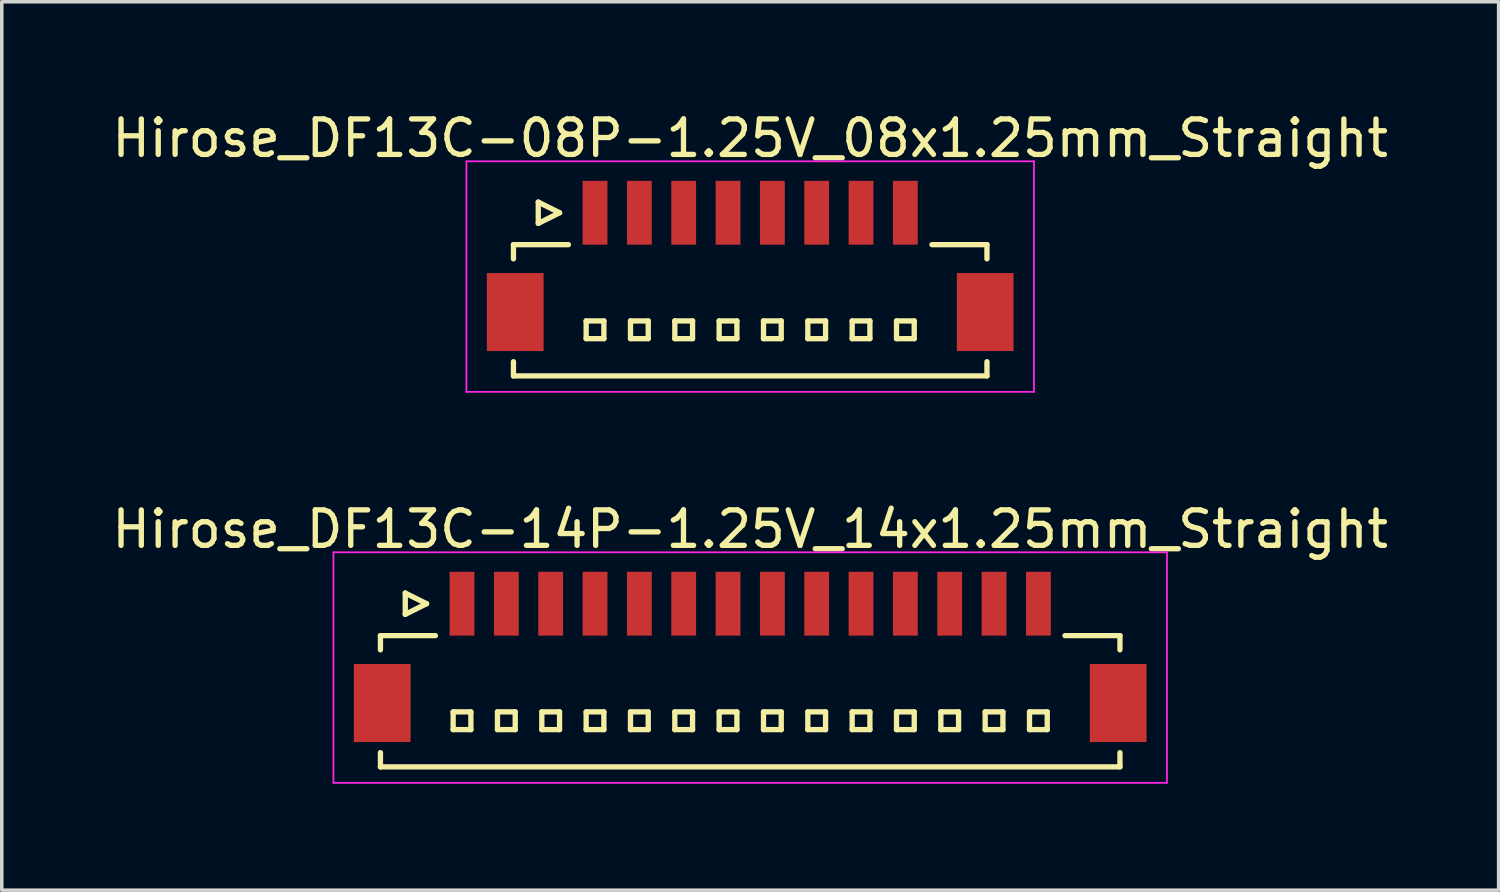
<source format=kicad_pcb>
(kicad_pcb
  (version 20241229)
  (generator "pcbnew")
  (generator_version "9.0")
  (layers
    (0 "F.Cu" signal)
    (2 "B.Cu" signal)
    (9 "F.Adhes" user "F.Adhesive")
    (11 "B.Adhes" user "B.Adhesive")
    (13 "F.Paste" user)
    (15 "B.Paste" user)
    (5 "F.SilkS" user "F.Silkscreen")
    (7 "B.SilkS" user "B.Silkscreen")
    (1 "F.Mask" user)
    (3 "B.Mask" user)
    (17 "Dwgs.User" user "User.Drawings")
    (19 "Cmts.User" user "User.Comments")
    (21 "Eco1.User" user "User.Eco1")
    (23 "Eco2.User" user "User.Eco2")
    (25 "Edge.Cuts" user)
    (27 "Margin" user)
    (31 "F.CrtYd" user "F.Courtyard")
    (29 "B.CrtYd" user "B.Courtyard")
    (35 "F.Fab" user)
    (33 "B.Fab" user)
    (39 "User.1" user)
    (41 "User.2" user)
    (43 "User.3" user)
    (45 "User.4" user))
  (footprint "Hirose_DF13C-08P-1.25V_08x1.25mm_Straight"
    (layer "F.Cu")
    (at 18.101 4.348)
    (property "Reference" "Hirose_DF13C-08P-1.25V_08x1.25mm_Straight" (at 0 -3.5 0) (layer "F.SilkS") (effects (font (size 1 1) (thickness 0.15))))
    (attr smd)
    (fp_line (start -6.675 -0.5) (end -6.675 -0.1) (stroke (width 0.15) (type solid)) (layer "F.SilkS"))
    (fp_line (start -6.675 -0.5) (end -5.125 -0.5) (stroke (width 0.15) (type solid)) (layer "F.SilkS"))
    (fp_line (start -6.675 3.2) (end -6.675 2.8) (stroke (width 0.15) (type solid)) (layer "F.SilkS"))
    (fp_line (start -6.675 3.2) (end 6.675 3.2) (stroke (width 0.15) (type solid)) (layer "F.SilkS"))
    (fp_line (start -5.975 -1.7) (end -5.975 -1.1) (stroke (width 0.15) (type solid)) (layer "F.SilkS"))
    (fp_line (start -5.975 -1.1) (end -5.375 -1.4) (stroke (width 0.15) (type solid)) (layer "F.SilkS"))
    (fp_line (start -5.375 -1.4) (end -5.975 -1.7) (stroke (width 0.15) (type solid)) (layer "F.SilkS"))
    (fp_line (start -4.625 1.65) (end -4.625 2.15) (stroke (width 0.15) (type solid)) (layer "F.SilkS"))
    (fp_line (start -4.625 2.15) (end -4.125 2.15) (stroke (width 0.15) (type solid)) (layer "F.SilkS"))
    (fp_line (start -4.125 1.65) (end -4.625 1.65) (stroke (width 0.15) (type solid)) (layer "F.SilkS"))
    (fp_line (start -4.125 2.15) (end -4.125 1.65) (stroke (width 0.15) (type solid)) (layer "F.SilkS"))
    (fp_line (start -3.375 1.65) (end -3.375 2.15) (stroke (width 0.15) (type solid)) (layer "F.SilkS"))
    (fp_line (start -3.375 2.15) (end -2.875 2.15) (stroke (width 0.15) (type solid)) (layer "F.SilkS"))
    (fp_line (start -2.875 1.65) (end -3.375 1.65) (stroke (width 0.15) (type solid)) (layer "F.SilkS"))
    (fp_line (start -2.875 2.15) (end -2.875 1.65) (stroke (width 0.15) (type solid)) (layer "F.SilkS"))
    (fp_line (start -2.125 1.65) (end -2.125 2.15) (stroke (width 0.15) (type solid)) (layer "F.SilkS"))
    (fp_line (start -2.125 2.15) (end -1.625 2.15) (stroke (width 0.15) (type solid)) (layer "F.SilkS"))
    (fp_line (start -1.625 1.65) (end -2.125 1.65) (stroke (width 0.15) (type solid)) (layer "F.SilkS"))
    (fp_line (start -1.625 2.15) (end -1.625 1.65) (stroke (width 0.15) (type solid)) (layer "F.SilkS"))
    (fp_line (start -0.875 1.65) (end -0.875 2.15) (stroke (width 0.15) (type solid)) (layer "F.SilkS"))
    (fp_line (start -0.875 2.15) (end -0.375 2.15) (stroke (width 0.15) (type solid)) (layer "F.SilkS"))
    (fp_line (start -0.375 1.65) (end -0.875 1.65) (stroke (width 0.15) (type solid)) (layer "F.SilkS"))
    (fp_line (start -0.375 2.15) (end -0.375 1.65) (stroke (width 0.15) (type solid)) (layer "F.SilkS"))
    (fp_line (start 0.375 1.65) (end 0.375 2.15) (stroke (width 0.15) (type solid)) (layer "F.SilkS"))
    (fp_line (start 0.375 2.15) (end 0.875 2.15) (stroke (width 0.15) (type solid)) (layer "F.SilkS"))
    (fp_line (start 0.875 1.65) (end 0.375 1.65) (stroke (width 0.15) (type solid)) (layer "F.SilkS"))
    (fp_line (start 0.875 2.15) (end 0.875 1.65) (stroke (width 0.15) (type solid)) (layer "F.SilkS"))
    (fp_line (start 1.625 1.65) (end 1.625 2.15) (stroke (width 0.15) (type solid)) (layer "F.SilkS"))
    (fp_line (start 1.625 2.15) (end 2.125 2.15) (stroke (width 0.15) (type solid)) (layer "F.SilkS"))
    (fp_line (start 2.125 1.65) (end 1.625 1.65) (stroke (width 0.15) (type solid)) (layer "F.SilkS"))
    (fp_line (start 2.125 2.15) (end 2.125 1.65) (stroke (width 0.15) (type solid)) (layer "F.SilkS"))
    (fp_line (start 2.875 1.65) (end 2.875 2.15) (stroke (width 0.15) (type solid)) (layer "F.SilkS"))
    (fp_line (start 2.875 2.15) (end 3.375 2.15) (stroke (width 0.15) (type solid)) (layer "F.SilkS"))
    (fp_line (start 3.375 1.65) (end 2.875 1.65) (stroke (width 0.15) (type solid)) (layer "F.SilkS"))
    (fp_line (start 3.375 2.15) (end 3.375 1.65) (stroke (width 0.15) (type solid)) (layer "F.SilkS"))
    (fp_line (start 4.125 1.65) (end 4.125 2.15) (stroke (width 0.15) (type solid)) (layer "F.SilkS"))
    (fp_line (start 4.125 2.15) (end 4.625 2.15) (stroke (width 0.15) (type solid)) (layer "F.SilkS"))
    (fp_line (start 4.625 1.65) (end 4.125 1.65) (stroke (width 0.15) (type solid)) (layer "F.SilkS"))
    (fp_line (start 4.625 2.15) (end 4.625 1.65) (stroke (width 0.15) (type solid)) (layer "F.SilkS"))
    (fp_line (start 6.675 -0.5) (end 5.125 -0.5) (stroke (width 0.15) (type solid)) (layer "F.SilkS"))
    (fp_line (start 6.675 -0.5) (end 6.675 -0.1) (stroke (width 0.15) (type solid)) (layer "F.SilkS"))
    (fp_line (start 6.675 3.2) (end 6.675 2.8) (stroke (width 0.15) (type solid)) (layer "F.SilkS"))
    (fp_line (start -8 -2.85) (end -8 3.65) (stroke (width 0.05) (type solid)) (layer "F.CrtYd"))
    (fp_line (start -8 3.65) (end 8 3.65) (stroke (width 0.05) (type solid)) (layer "F.CrtYd"))
    (fp_line (start 8 -2.85) (end -8 -2.85) (stroke (width 0.05) (type solid)) (layer "F.CrtYd"))
    (fp_line (start 8 3.65) (end 8 -2.85) (stroke (width 0.05) (type solid)) (layer "F.CrtYd"))
    (pad "" smd rect (at -6.625 1.4) (size 1.6 2.2) (layers "F.Cu" "F.Mask" "F.Paste"))
    (pad "" smd rect (at 6.625 1.4) (size 1.6 2.2) (layers "F.Cu" "F.Mask" "F.Paste"))
    (pad "1" smd rect (at -4.375 -1.4) (size 0.7 1.8) (layers "F.Cu" "F.Mask" "F.Paste"))
    (pad "2" smd rect (at -3.125 -1.4) (size 0.7 1.8) (layers "F.Cu" "F.Mask" "F.Paste"))
    (pad "3" smd rect (at -1.875 -1.4) (size 0.7 1.8) (layers "F.Cu" "F.Mask" "F.Paste"))
    (pad "4" smd rect (at -0.625 -1.4) (size 0.7 1.8) (layers "F.Cu" "F.Mask" "F.Paste"))
    (pad "5" smd rect (at 0.625 -1.4) (size 0.7 1.8) (layers "F.Cu" "F.Mask" "F.Paste"))
    (pad "6" smd rect (at 1.875 -1.4) (size 0.7 1.8) (layers "F.Cu" "F.Mask" "F.Paste"))
    (pad "7" smd rect (at 3.125 -1.4) (size 0.7 1.8) (layers "F.Cu" "F.Mask" "F.Paste"))
    (pad "8" smd rect (at 4.375 -1.4) (size 0.7 1.8) (layers "F.Cu" "F.Mask" "F.Paste")))
  (footprint "Hirose_DF13C-14P-1.25V_14x1.25mm_Straight"
    (layer "F.Cu")
    (at 18.101 15.371)
    (property "Reference" "Hirose_DF13C-14P-1.25V_14x1.25mm_Straight" (at 0 -3.5 0) (layer "F.SilkS") (effects (font (size 1 1) (thickness 0.15))))
    (attr smd)
    (fp_line (start -10.425 -0.5) (end -10.425 -0.1) (stroke (width 0.15) (type solid)) (layer "F.SilkS"))
    (fp_line (start -10.425 -0.5) (end -8.875 -0.5) (stroke (width 0.15) (type solid)) (layer "F.SilkS"))
    (fp_line (start -10.425 3.2) (end -10.425 2.8) (stroke (width 0.15) (type solid)) (layer "F.SilkS"))
    (fp_line (start -10.425 3.2) (end 10.425 3.2) (stroke (width 0.15) (type solid)) (layer "F.SilkS"))
    (fp_line (start -9.725 -1.7) (end -9.725 -1.1) (stroke (width 0.15) (type solid)) (layer "F.SilkS"))
    (fp_line (start -9.725 -1.1) (end -9.125 -1.4) (stroke (width 0.15) (type solid)) (layer "F.SilkS"))
    (fp_line (start -9.125 -1.4) (end -9.725 -1.7) (stroke (width 0.15) (type solid)) (layer "F.SilkS"))
    (fp_line (start -8.375 1.65) (end -8.375 2.15) (stroke (width 0.15) (type solid)) (layer "F.SilkS"))
    (fp_line (start -8.375 2.15) (end -7.875 2.15) (stroke (width 0.15) (type solid)) (layer "F.SilkS"))
    (fp_line (start -7.875 1.65) (end -8.375 1.65) (stroke (width 0.15) (type solid)) (layer "F.SilkS"))
    (fp_line (start -7.875 2.15) (end -7.875 1.65) (stroke (width 0.15) (type solid)) (layer "F.SilkS"))
    (fp_line (start -7.125 1.65) (end -7.125 2.15) (stroke (width 0.15) (type solid)) (layer "F.SilkS"))
    (fp_line (start -7.125 2.15) (end -6.625 2.15) (stroke (width 0.15) (type solid)) (layer "F.SilkS"))
    (fp_line (start -6.625 1.65) (end -7.125 1.65) (stroke (width 0.15) (type solid)) (layer "F.SilkS"))
    (fp_line (start -6.625 2.15) (end -6.625 1.65) (stroke (width 0.15) (type solid)) (layer "F.SilkS"))
    (fp_line (start -5.875 1.65) (end -5.875 2.15) (stroke (width 0.15) (type solid)) (layer "F.SilkS"))
    (fp_line (start -5.875 2.15) (end -5.375 2.15) (stroke (width 0.15) (type solid)) (layer "F.SilkS"))
    (fp_line (start -5.375 1.65) (end -5.875 1.65) (stroke (width 0.15) (type solid)) (layer "F.SilkS"))
    (fp_line (start -5.375 2.15) (end -5.375 1.65) (stroke (width 0.15) (type solid)) (layer "F.SilkS"))
    (fp_line (start -4.625 1.65) (end -4.625 2.15) (stroke (width 0.15) (type solid)) (layer "F.SilkS"))
    (fp_line (start -4.625 2.15) (end -4.125 2.15) (stroke (width 0.15) (type solid)) (layer "F.SilkS"))
    (fp_line (start -4.125 1.65) (end -4.625 1.65) (stroke (width 0.15) (type solid)) (layer "F.SilkS"))
    (fp_line (start -4.125 2.15) (end -4.125 1.65) (stroke (width 0.15) (type solid)) (layer "F.SilkS"))
    (fp_line (start -3.375 1.65) (end -3.375 2.15) (stroke (width 0.15) (type solid)) (layer "F.SilkS"))
    (fp_line (start -3.375 2.15) (end -2.875 2.15) (stroke (width 0.15) (type solid)) (layer "F.SilkS"))
    (fp_line (start -2.875 1.65) (end -3.375 1.65) (stroke (width 0.15) (type solid)) (layer "F.SilkS"))
    (fp_line (start -2.875 2.15) (end -2.875 1.65) (stroke (width 0.15) (type solid)) (layer "F.SilkS"))
    (fp_line (start -2.125 1.65) (end -2.125 2.15) (stroke (width 0.15) (type solid)) (layer "F.SilkS"))
    (fp_line (start -2.125 2.15) (end -1.625 2.15) (stroke (width 0.15) (type solid)) (layer "F.SilkS"))
    (fp_line (start -1.625 1.65) (end -2.125 1.65) (stroke (width 0.15) (type solid)) (layer "F.SilkS"))
    (fp_line (start -1.625 2.15) (end -1.625 1.65) (stroke (width 0.15) (type solid)) (layer "F.SilkS"))
    (fp_line (start -0.875 1.65) (end -0.875 2.15) (stroke (width 0.15) (type solid)) (layer "F.SilkS"))
    (fp_line (start -0.875 2.15) (end -0.375 2.15) (stroke (width 0.15) (type solid)) (layer "F.SilkS"))
    (fp_line (start -0.375 1.65) (end -0.875 1.65) (stroke (width 0.15) (type solid)) (layer "F.SilkS"))
    (fp_line (start -0.375 2.15) (end -0.375 1.65) (stroke (width 0.15) (type solid)) (layer "F.SilkS"))
    (fp_line (start 0.375 1.65) (end 0.375 2.15) (stroke (width 0.15) (type solid)) (layer "F.SilkS"))
    (fp_line (start 0.375 2.15) (end 0.875 2.15) (stroke (width 0.15) (type solid)) (layer "F.SilkS"))
    (fp_line (start 0.875 1.65) (end 0.375 1.65) (stroke (width 0.15) (type solid)) (layer "F.SilkS"))
    (fp_line (start 0.875 2.15) (end 0.875 1.65) (stroke (width 0.15) (type solid)) (layer "F.SilkS"))
    (fp_line (start 1.625 1.65) (end 1.625 2.15) (stroke (width 0.15) (type solid)) (layer "F.SilkS"))
    (fp_line (start 1.625 2.15) (end 2.125 2.15) (stroke (width 0.15) (type solid)) (layer "F.SilkS"))
    (fp_line (start 2.125 1.65) (end 1.625 1.65) (stroke (width 0.15) (type solid)) (layer "F.SilkS"))
    (fp_line (start 2.125 2.15) (end 2.125 1.65) (stroke (width 0.15) (type solid)) (layer "F.SilkS"))
    (fp_line (start 2.875 1.65) (end 2.875 2.15) (stroke (width 0.15) (type solid)) (layer "F.SilkS"))
    (fp_line (start 2.875 2.15) (end 3.375 2.15) (stroke (width 0.15) (type solid)) (layer "F.SilkS"))
    (fp_line (start 3.375 1.65) (end 2.875 1.65) (stroke (width 0.15) (type solid)) (layer "F.SilkS"))
    (fp_line (start 3.375 2.15) (end 3.375 1.65) (stroke (width 0.15) (type solid)) (layer "F.SilkS"))
    (fp_line (start 4.125 1.65) (end 4.125 2.15) (stroke (width 0.15) (type solid)) (layer "F.SilkS"))
    (fp_line (start 4.125 2.15) (end 4.625 2.15) (stroke (width 0.15) (type solid)) (layer "F.SilkS"))
    (fp_line (start 4.625 1.65) (end 4.125 1.65) (stroke (width 0.15) (type solid)) (layer "F.SilkS"))
    (fp_line (start 4.625 2.15) (end 4.625 1.65) (stroke (width 0.15) (type solid)) (layer "F.SilkS"))
    (fp_line (start 5.375 1.65) (end 5.375 2.15) (stroke (width 0.15) (type solid)) (layer "F.SilkS"))
    (fp_line (start 5.375 2.15) (end 5.875 2.15) (stroke (width 0.15) (type solid)) (layer "F.SilkS"))
    (fp_line (start 5.875 1.65) (end 5.375 1.65) (stroke (width 0.15) (type solid)) (layer "F.SilkS"))
    (fp_line (start 5.875 2.15) (end 5.875 1.65) (stroke (width 0.15) (type solid)) (layer "F.SilkS"))
    (fp_line (start 6.625 1.65) (end 6.625 2.15) (stroke (width 0.15) (type solid)) (layer "F.SilkS"))
    (fp_line (start 6.625 2.15) (end 7.125 2.15) (stroke (width 0.15) (type solid)) (layer "F.SilkS"))
    (fp_line (start 7.125 1.65) (end 6.625 1.65) (stroke (width 0.15) (type solid)) (layer "F.SilkS"))
    (fp_line (start 7.125 2.15) (end 7.125 1.65) (stroke (width 0.15) (type solid)) (layer "F.SilkS"))
    (fp_line (start 7.875 1.65) (end 7.875 2.15) (stroke (width 0.15) (type solid)) (layer "F.SilkS"))
    (fp_line (start 7.875 2.15) (end 8.375 2.15) (stroke (width 0.15) (type solid)) (layer "F.SilkS"))
    (fp_line (start 8.375 1.65) (end 7.875 1.65) (stroke (width 0.15) (type solid)) (layer "F.SilkS"))
    (fp_line (start 8.375 2.15) (end 8.375 1.65) (stroke (width 0.15) (type solid)) (layer "F.SilkS"))
    (fp_line (start 10.425 -0.5) (end 8.875 -0.5) (stroke (width 0.15) (type solid)) (layer "F.SilkS"))
    (fp_line (start 10.425 -0.5) (end 10.425 -0.1) (stroke (width 0.15) (type solid)) (layer "F.SilkS"))
    (fp_line (start 10.425 3.2) (end 10.425 2.8) (stroke (width 0.15) (type solid)) (layer "F.SilkS"))
    (fp_line (start -11.75 -2.85) (end -11.75 3.65) (stroke (width 0.05) (type solid)) (layer "F.CrtYd"))
    (fp_line (start -11.75 3.65) (end 11.75 3.65) (stroke (width 0.05) (type solid)) (layer "F.CrtYd"))
    (fp_line (start 11.75 -2.85) (end -11.75 -2.85) (stroke (width 0.05) (type solid)) (layer "F.CrtYd"))
    (fp_line (start 11.75 3.65) (end 11.75 -2.85) (stroke (width 0.05) (type solid)) (layer "F.CrtYd"))
    (pad "" smd rect (at -10.375 1.4) (size 1.6 2.2) (layers "F.Cu" "F.Mask" "F.Paste"))
    (pad "" smd rect (at 10.375 1.4) (size 1.6 2.2) (layers "F.Cu" "F.Mask" "F.Paste"))
    (pad "1" smd rect (at -8.125 -1.4) (size 0.7 1.8) (layers "F.Cu" "F.Mask" "F.Paste"))
    (pad "2" smd rect (at -6.875 -1.4) (size 0.7 1.8) (layers "F.Cu" "F.Mask" "F.Paste"))
    (pad "3" smd rect (at -5.625 -1.4) (size 0.7 1.8) (layers "F.Cu" "F.Mask" "F.Paste"))
    (pad "4" smd rect (at -4.375 -1.4) (size 0.7 1.8) (layers "F.Cu" "F.Mask" "F.Paste"))
    (pad "5" smd rect (at -3.125 -1.4) (size 0.7 1.8) (layers "F.Cu" "F.Mask" "F.Paste"))
    (pad "6" smd rect (at -1.875 -1.4) (size 0.7 1.8) (layers "F.Cu" "F.Mask" "F.Paste"))
    (pad "7" smd rect (at -0.625 -1.4) (size 0.7 1.8) (layers "F.Cu" "F.Mask" "F.Paste"))
    (pad "8" smd rect (at 0.625 -1.4) (size 0.7 1.8) (layers "F.Cu" "F.Mask" "F.Paste"))
    (pad "9" smd rect (at 1.875 -1.4) (size 0.7 1.8) (layers "F.Cu" "F.Mask" "F.Paste"))
    (pad "10" smd rect (at 3.125 -1.4) (size 0.7 1.8) (layers "F.Cu" "F.Mask" "F.Paste"))
    (pad "11" smd rect (at 4.375 -1.4) (size 0.7 1.8) (layers "F.Cu" "F.Mask" "F.Paste"))
    (pad "12" smd rect (at 5.625 -1.4) (size 0.7 1.8) (layers "F.Cu" "F.Mask" "F.Paste"))
    (pad "13" smd rect (at 6.875 -1.4) (size 0.7 1.8) (layers "F.Cu" "F.Mask" "F.Paste"))
    (pad "14" smd rect (at 8.125 -1.4) (size 0.7 1.8) (layers "F.Cu" "F.Mask" "F.Paste")))
  (gr_rect
    (start -3 -3)
    (end 39.202 22.047)
    (stroke (width 0.1) (type default))
    (fill no)
    (layer "Edge.Cuts")))
</source>
